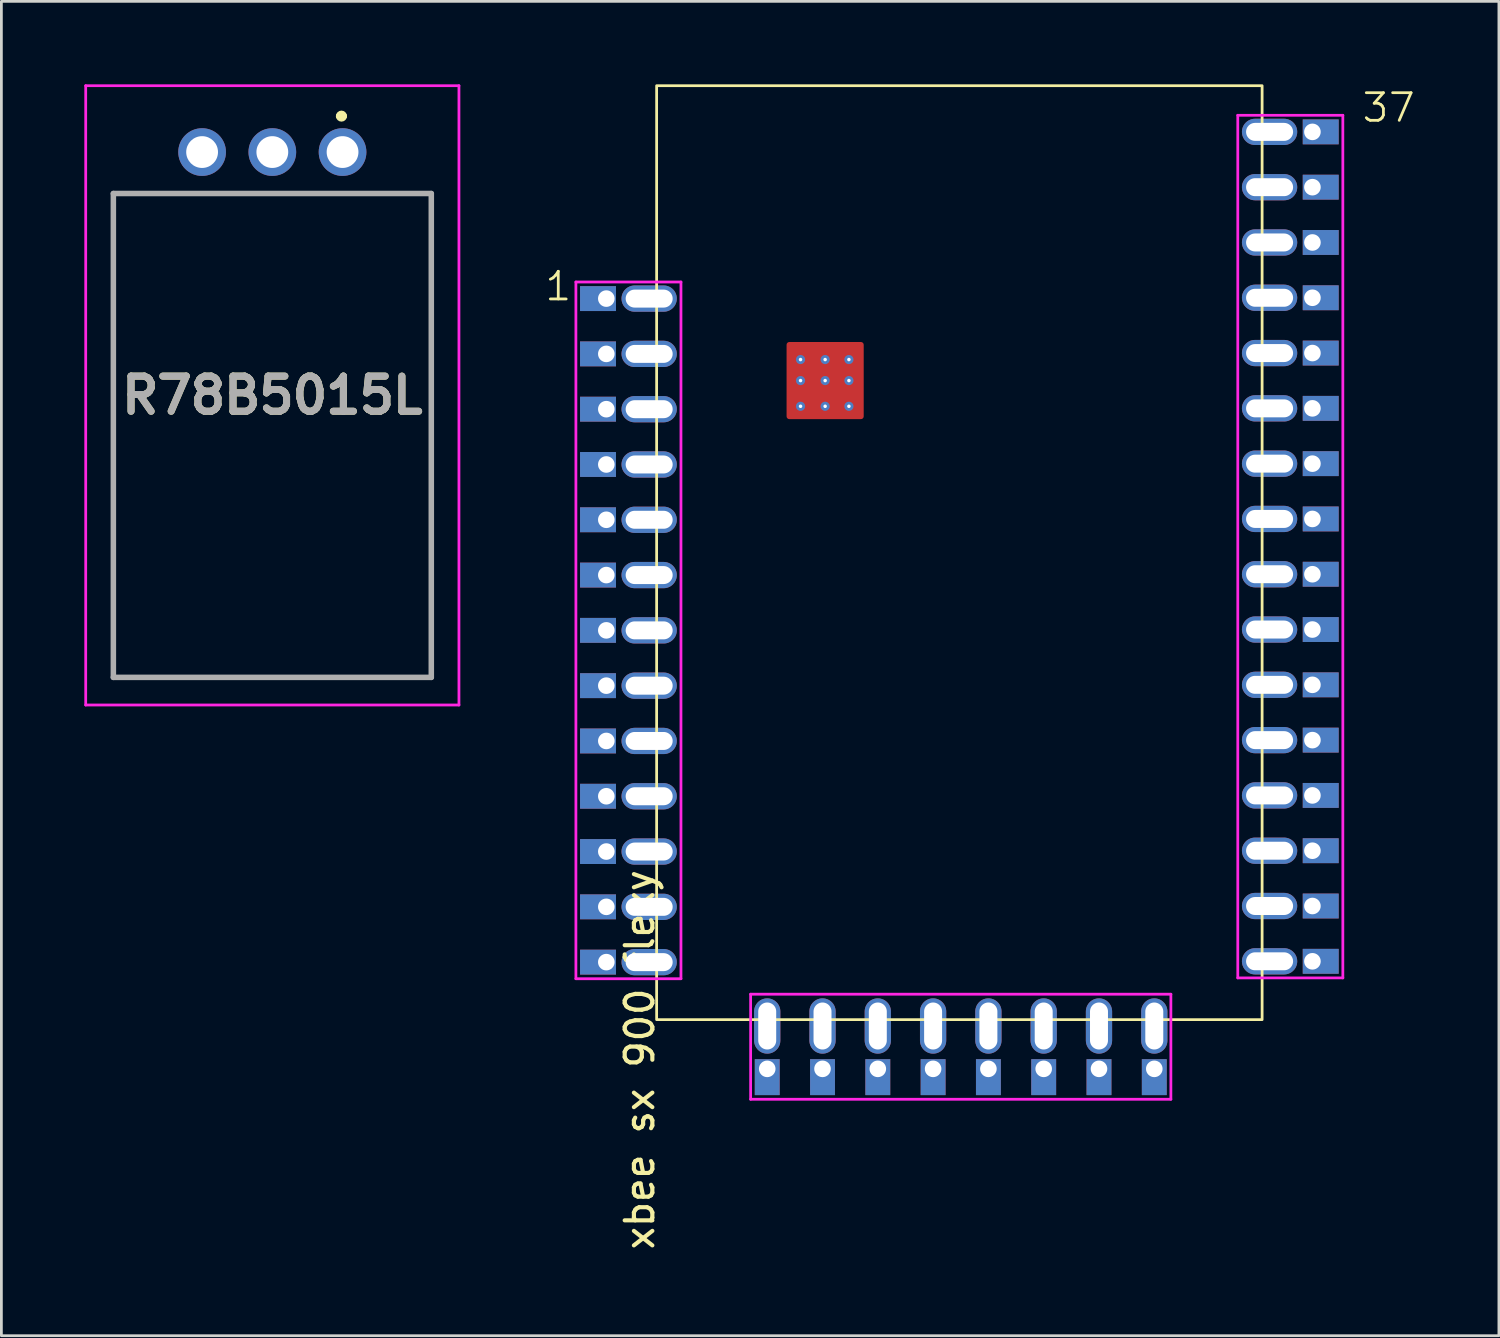
<source format=kicad_pcb>
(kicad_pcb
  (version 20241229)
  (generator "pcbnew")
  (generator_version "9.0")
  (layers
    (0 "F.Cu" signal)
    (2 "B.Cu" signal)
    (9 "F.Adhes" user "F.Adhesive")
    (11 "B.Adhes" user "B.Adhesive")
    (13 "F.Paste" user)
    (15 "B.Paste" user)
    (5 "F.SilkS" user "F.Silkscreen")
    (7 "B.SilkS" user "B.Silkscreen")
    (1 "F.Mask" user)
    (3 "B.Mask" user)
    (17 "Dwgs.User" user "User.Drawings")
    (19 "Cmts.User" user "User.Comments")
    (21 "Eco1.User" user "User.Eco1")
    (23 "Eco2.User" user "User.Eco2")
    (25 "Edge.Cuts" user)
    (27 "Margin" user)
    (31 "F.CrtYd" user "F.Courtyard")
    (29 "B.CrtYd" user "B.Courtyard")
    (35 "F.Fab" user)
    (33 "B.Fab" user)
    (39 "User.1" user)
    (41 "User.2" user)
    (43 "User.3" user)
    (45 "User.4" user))
  (footprint "R78B5015L"
    (layer "F.Cu")
    (at 6.8 11.25)
    (property "Reference" "R78B5015L" (at 0 0 0) (layer "F.SilkS") (effects (font (size 1.27 1.27) (thickness 0.254))))
    (attr through_hole)
    (fp_line (start -5.75 -7.3) (end 5.75 -7.3) (stroke (width 0.1) (type solid)) (layer "F.SilkS"))
    (fp_line (start -5.75 10.2) (end -5.75 -7.3) (stroke (width 0.1) (type solid)) (layer "F.SilkS"))
    (fp_line (start 2.4 -10.1) (end 2.4 -10.1) (stroke (width 0.2) (type solid)) (layer "F.SilkS"))
    (fp_line (start 2.6 -10.1) (end 2.6 -10.1) (stroke (width 0.2) (type solid)) (layer "F.SilkS"))
    (fp_line (start 5.75 -7.3) (end 5.75 10.2) (stroke (width 0.1) (type solid)) (layer "F.SilkS"))
    (fp_line (start 5.75 10.2) (end -5.75 10.2) (stroke (width 0.1) (type solid)) (layer "F.SilkS"))
    (fp_arc (start 2.4 -10.1) (mid 2.5 -10.2) (end 2.6 -10.1) (stroke (width 0.2) (type solid)) (layer "F.SilkS"))
    (fp_arc (start 2.6 -10.1) (mid 2.5 -10) (end 2.4 -10.1) (stroke (width 0.2) (type solid)) (layer "F.SilkS"))
    (fp_line (start -6.75 -11.2) (end 6.75 -11.2) (stroke (width 0.1) (type solid)) (layer "F.CrtYd"))
    (fp_line (start -6.75 11.2) (end -6.75 -11.2) (stroke (width 0.1) (type solid)) (layer "F.CrtYd"))
    (fp_line (start 6.75 -11.2) (end 6.75 11.2) (stroke (width 0.1) (type solid)) (layer "F.CrtYd"))
    (fp_line (start 6.75 11.2) (end -6.75 11.2) (stroke (width 0.1) (type solid)) (layer "F.CrtYd"))
    (fp_line (start -5.75 -7.3) (end 5.75 -7.3) (stroke (width 0.2) (type solid)) (layer "F.Fab"))
    (fp_line (start -5.75 10.2) (end -5.75 -7.3) (stroke (width 0.2) (type solid)) (layer "F.Fab"))
    (fp_line (start 5.75 -7.3) (end 5.75 10.2) (stroke (width 0.2) (type solid)) (layer "F.Fab"))
    (fp_line (start 5.75 10.2) (end -5.75 10.2) (stroke (width 0.2) (type solid)) (layer "F.Fab"))
    (fp_text user "${REFERENCE}" (at 0 0 0) (layer "F.Fab") (effects (font (size 1.27 1.27) (thickness 0.254))))
    (pad "1" thru_hole circle (at 2.54 -8.8) (size 1.725 1.725) (drill 1.15) (layers "*.Cu" "*.Mask"))
    (pad "2" thru_hole circle (at 0 -8.8) (size 1.725 1.725) (drill 1.15) (layers "*.Cu" "*.Mask"))
    (pad "3" thru_hole circle (at -2.54 -8.8) (size 1.725 1.725) (drill 1.15) (layers "*.Cu" "*.Mask")))
  (footprint "xbee sx 900 flexy"
    (layer "F.Cu")
    (at 20.7 33.83)
    (property "Reference" "xbee sx 900 flexy" (at -0.61 1.45 90) (layer "F.SilkS") (effects (font (size 1 1) (thickness 0.15))))
    (attr through_hole)
    (fp_rect (start 0 0) (end 21.9 -33.78) (stroke (width 0.1) (type default)) (fill no) (layer "F.SilkS"))
    (fp_line (start -2.92 -26.68) (end 0.88 -26.68) (stroke (width 0.1) (type solid)) (layer "F.CrtYd"))
    (fp_line (start -2.92 -1.48) (end -2.92 -26.68) (stroke (width 0.1) (type solid)) (layer "F.CrtYd"))
    (fp_line (start 0.88 -26.68) (end 0.88 -1.48) (stroke (width 0.1) (type solid)) (layer "F.CrtYd"))
    (fp_line (start 0.88 -1.48) (end -2.92 -1.48) (stroke (width 0.1) (type solid)) (layer "F.CrtYd"))
    (fp_line (start 3.4 -0.92) (end 18.6 -0.92) (stroke (width 0.1) (type solid)) (layer "F.CrtYd"))
    (fp_line (start 3.4 2.88) (end 3.4 -0.92) (stroke (width 0.1) (type solid)) (layer "F.CrtYd"))
    (fp_line (start 18.6 -0.92) (end 18.6 2.88) (stroke (width 0.1) (type solid)) (layer "F.CrtYd"))
    (fp_line (start 18.6 2.88) (end 3.4 2.88) (stroke (width 0.1) (type solid)) (layer "F.CrtYd"))
    (fp_line (start 21.02 -32.71) (end 21.02 -1.51) (stroke (width 0.1) (type solid)) (layer "F.CrtYd"))
    (fp_line (start 21.02 -1.51) (end 24.82 -1.51) (stroke (width 0.1) (type solid)) (layer "F.CrtYd"))
    (fp_line (start 24.82 -32.71) (end 21.02 -32.71) (stroke (width 0.1) (type solid)) (layer "F.CrtYd"))
    (fp_line (start 24.82 -1.51) (end 24.82 -32.71) (stroke (width 0.1) (type solid)) (layer "F.CrtYd"))
    (fp_text user "1" (at -4.1 -25.94 0) (unlocked yes) (layer "F.SilkS") (effects (font (size 1 1) (thickness 0.1)) (justify left bottom)))
    (fp_text user "37" (at 25.46 -32.4 0) (unlocked yes) (layer "F.SilkS") (effects (font (size 1 1) (thickness 0.1)) (justify left bottom)))
    (pad "" thru_hole oval (at -0.27 -26.08) (size 2 0.95) (drill oval 1.7 0.65) (layers "*.Cu" "*.Mask"))
    (pad "" thru_hole oval (at -0.27 -24.08) (size 2 0.95) (drill oval 1.7 0.65) (layers "*.Cu" "*.Mask"))
    (pad "" thru_hole oval (at -0.27 -22.08) (size 2 0.95) (drill oval 1.7 0.65) (layers "*.Cu" "*.Mask"))
    (pad "" thru_hole oval (at -0.27 -20.08) (size 2 0.95) (drill oval 1.7 0.65) (layers "*.Cu" "*.Mask"))
    (pad "" thru_hole oval (at -0.27 -18.08) (size 2 0.95) (drill oval 1.7 0.65) (layers "*.Cu" "*.Mask"))
    (pad "" thru_hole oval (at -0.27 -16.08) (size 2 0.95) (drill oval 1.7 0.65) (layers "*.Cu" "*.Mask"))
    (pad "" thru_hole oval (at -0.27 -14.08) (size 2 0.95) (drill oval 1.7 0.65) (layers "*.Cu" "*.Mask"))
    (pad "" thru_hole oval (at -0.27 -12.08) (size 2 0.95) (drill oval 1.7 0.65) (layers "*.Cu" "*.Mask"))
    (pad "" thru_hole oval (at -0.27 -10.08) (size 2 0.95) (drill oval 1.7 0.65) (layers "*.Cu" "*.Mask"))
    (pad "" thru_hole oval (at -0.27 -8.08) (size 2 0.95) (drill oval 1.7 0.65) (layers "*.Cu" "*.Mask"))
    (pad "" thru_hole oval (at -0.27 -6.08) (size 2 0.95) (drill oval 1.7 0.65) (layers "*.Cu" "*.Mask"))
    (pad "" thru_hole oval (at -0.27 -4.08) (size 2 0.95) (drill oval 1.7 0.65) (layers "*.Cu" "*.Mask"))
    (pad "" thru_hole oval (at -0.27 -2.08) (size 2 0.95) (drill oval 1.7 0.65) (layers "*.Cu" "*.Mask"))
    (pad "" thru_hole oval (at 4 0.23 90) (size 2 0.95) (drill oval 1.7 0.65) (layers "*.Cu" "*.Mask"))
    (pad "" thru_hole oval (at 6 0.23 90) (size 2 0.95) (drill oval 1.7 0.65) (layers "*.Cu" "*.Mask"))
    (pad "" thru_hole oval (at 8 0.23 90) (size 2 0.95) (drill oval 1.7 0.65) (layers "*.Cu" "*.Mask"))
    (pad "" thru_hole oval (at 10 0.23 90) (size 2 0.95) (drill oval 1.7 0.65) (layers "*.Cu" "*.Mask"))
    (pad "" thru_hole oval (at 12 0.23 90) (size 2 0.95) (drill oval 1.7 0.65) (layers "*.Cu" "*.Mask"))
    (pad "" thru_hole oval (at 14 0.23 90) (size 2 0.95) (drill oval 1.7 0.65) (layers "*.Cu" "*.Mask"))
    (pad "" thru_hole oval (at 16 0.23 90) (size 2 0.95) (drill oval 1.7 0.65) (layers "*.Cu" "*.Mask"))
    (pad "" thru_hole oval (at 18 0.23 90) (size 2 0.95) (drill oval 1.7 0.65) (layers "*.Cu" "*.Mask"))
    (pad "" thru_hole oval (at 22.17 -32.11) (size 2 0.95) (drill oval 1.7 0.65) (layers "*.Cu" "*.Mask"))
    (pad "" thru_hole oval (at 22.17 -30.11) (size 2 0.95) (drill oval 1.7 0.65) (layers "*.Cu" "*.Mask"))
    (pad "" thru_hole oval (at 22.17 -28.11) (size 2 0.95) (drill oval 1.7 0.65) (layers "*.Cu" "*.Mask"))
    (pad "" thru_hole oval (at 22.17 -26.11) (size 2 0.95) (drill oval 1.7 0.65) (layers "*.Cu" "*.Mask"))
    (pad "" thru_hole oval (at 22.17 -24.11) (size 2 0.95) (drill oval 1.7 0.65) (layers "*.Cu" "*.Mask"))
    (pad "" thru_hole oval (at 22.17 -22.11) (size 2 0.95) (drill oval 1.7 0.65) (layers "*.Cu" "*.Mask"))
    (pad "" thru_hole oval (at 22.17 -20.11) (size 2 0.95) (drill oval 1.7 0.65) (layers "*.Cu" "*.Mask"))
    (pad "" thru_hole oval (at 22.17 -18.11) (size 2 0.95) (drill oval 1.7 0.65) (layers "*.Cu" "*.Mask"))
    (pad "" thru_hole oval (at 22.17 -16.11) (size 2 0.95) (drill oval 1.7 0.65) (layers "*.Cu" "*.Mask"))
    (pad "" thru_hole oval (at 22.17 -14.11) (size 2 0.95) (drill oval 1.7 0.65) (layers "*.Cu" "*.Mask"))
    (pad "" thru_hole oval (at 22.17 -12.11) (size 2 0.95) (drill oval 1.7 0.65) (layers "*.Cu" "*.Mask"))
    (pad "" thru_hole oval (at 22.17 -10.11) (size 2 0.95) (drill oval 1.7 0.65) (layers "*.Cu" "*.Mask"))
    (pad "" thru_hole oval (at 22.17 -8.11) (size 2 0.95) (drill oval 1.7 0.65) (layers "*.Cu" "*.Mask"))
    (pad "" thru_hole oval (at 22.17 -6.11) (size 2 0.95) (drill oval 1.7 0.65) (layers "*.Cu" "*.Mask"))
    (pad "" thru_hole oval (at 22.17 -4.11) (size 2 0.95) (drill oval 1.7 0.65) (layers "*.Cu" "*.Mask"))
    (pad "" thru_hole oval (at 22.17 -2.11) (size 2 0.95) (drill oval 1.7 0.65) (layers "*.Cu" "*.Mask"))
    (pad "1" thru_hole rect (at -1.82 -26.08) (size 1.3 0.9) (drill 0.6 (offset -0.3 0)) (layers "*.Cu" "*.Mask"))
    (pad "2" thru_hole rect (at -1.82 -24.08) (size 1.3 0.9) (drill 0.6 (offset -0.3 0)) (layers "*.Cu" "*.Mask"))
    (pad "3" thru_hole rect (at -1.82 -22.08) (size 1.3 0.9) (drill 0.6 (offset -0.3 0)) (layers "*.Cu" "*.Mask"))
    (pad "4" thru_hole rect (at -1.82 -20.08) (size 1.3 0.9) (drill 0.6 (offset -0.3 0)) (layers "*.Cu" "*.Mask"))
    (pad "5" thru_hole rect (at -1.82 -18.08) (size 1.3 0.9) (drill 0.6 (offset -0.3 0)) (layers "*.Cu" "*.Mask"))
    (pad "6" thru_hole rect (at -1.82 -16.08) (size 1.3 0.9) (drill 0.6 (offset -0.3 0)) (layers "*.Cu" "*.Mask"))
    (pad "7" thru_hole rect (at -1.82 -14.08) (size 1.3 0.9) (drill 0.6 (offset -0.3 0)) (layers "*.Cu" "*.Mask"))
    (pad "8" thru_hole rect (at -1.82 -12.08) (size 1.3 0.9) (drill 0.6 (offset -0.3 0)) (layers "*.Cu" "*.Mask"))
    (pad "9" thru_hole rect (at -1.82 -10.08) (size 1.3 0.9) (drill 0.6 (offset -0.3 0)) (layers "*.Cu" "*.Mask"))
    (pad "10" thru_hole rect (at -1.82 -8.08) (size 1.3 0.9) (drill 0.6 (offset -0.3 0)) (layers "*.Cu" "*.Mask"))
    (pad "11" thru_hole rect (at -1.82 -6.08) (size 1.3 0.9) (drill 0.6 (offset -0.3 0)) (layers "*.Cu" "*.Mask"))
    (pad "12" thru_hole rect (at -1.82 -4.08) (size 1.3 0.9) (drill 0.6 (offset -0.3 0)) (layers "*.Cu" "*.Mask"))
    (pad "13" thru_hole rect (at -1.82 -2.08) (size 1.3 0.9) (drill 0.6 (offset -0.3 0)) (layers "*.Cu" "*.Mask"))
    (pad "14" thru_hole rect (at 4 1.78 90) (size 1.3 0.9) (drill 0.6 (offset -0.3 0)) (layers "*.Cu" "*.Mask"))
    (pad "15" thru_hole rect (at 6 1.78 90) (size 1.3 0.9) (drill 0.6 (offset -0.3 0)) (layers "*.Cu" "*.Mask"))
    (pad "16" thru_hole rect (at 8 1.78 90) (size 1.3 0.9) (drill 0.6 (offset -0.3 0)) (layers "*.Cu" "*.Mask"))
    (pad "17" thru_hole rect (at 10 1.78 90) (size 1.3 0.9) (drill 0.6 (offset -0.3 0)) (layers "*.Cu" "*.Mask"))
    (pad "18" thru_hole rect (at 12 1.78 90) (size 1.3 0.9) (drill 0.6 (offset -0.3 0)) (layers "*.Cu" "*.Mask"))
    (pad "19" thru_hole rect (at 14 1.78 90) (size 1.3 0.9) (drill 0.6 (offset -0.3 0)) (layers "*.Cu" "*.Mask"))
    (pad "20" thru_hole rect (at 16 1.78 90) (size 1.3 0.9) (drill 0.6 (offset -0.3 0)) (layers "*.Cu" "*.Mask"))
    (pad "21" thru_hole rect (at 18 1.78 90) (size 1.3 0.9) (drill 0.6 (offset -0.3 0)) (layers "*.Cu" "*.Mask"))
    (pad "22" thru_hole rect (at 23.72 -2.11) (size 1.3 0.9) (drill 0.6 (offset 0.3 0)) (layers "*.Cu" "*.Mask"))
    (pad "23" thru_hole rect (at 23.72 -4.11) (size 1.3 0.9) (drill 0.6 (offset 0.3 0)) (layers "*.Cu" "*.Mask"))
    (pad "24" thru_hole rect (at 23.72 -6.11) (size 1.3 0.9) (drill 0.6 (offset 0.3 0)) (layers "*.Cu" "*.Mask"))
    (pad "25" thru_hole rect (at 23.72 -8.11) (size 1.3 0.9) (drill 0.6 (offset 0.3 0)) (layers "*.Cu" "*.Mask"))
    (pad "26" thru_hole rect (at 23.72 -10.11) (size 1.3 0.9) (drill 0.6 (offset 0.3 0)) (layers "*.Cu" "*.Mask"))
    (pad "27" thru_hole rect (at 23.72 -12.11) (size 1.3 0.9) (drill 0.6 (offset 0.3 0)) (layers "*.Cu" "*.Mask"))
    (pad "28" thru_hole rect (at 23.72 -14.11) (size 1.3 0.9) (drill 0.6 (offset 0.3 0)) (layers "*.Cu" "*.Mask"))
    (pad "29" thru_hole rect (at 23.72 -16.11) (size 1.3 0.9) (drill 0.6 (offset 0.3 0)) (layers "*.Cu" "*.Mask"))
    (pad "30" thru_hole rect (at 23.72 -18.11) (size 1.3 0.9) (drill 0.6 (offset 0.3 0)) (layers "*.Cu" "*.Mask"))
    (pad "31" thru_hole rect (at 23.72 -20.11) (size 1.3 0.9) (drill 0.6 (offset 0.3 0)) (layers "*.Cu" "*.Mask"))
    (pad "32" thru_hole rect (at 23.72 -22.11) (size 1.3 0.9) (drill 0.6 (offset 0.3 0)) (layers "*.Cu" "*.Mask"))
    (pad "33" thru_hole rect (at 23.72 -24.11) (size 1.3 0.9) (drill 0.6 (offset 0.3 0)) (layers "*.Cu" "*.Mask"))
    (pad "34" thru_hole rect (at 23.72 -26.11) (size 1.3 0.9) (drill 0.6 (offset 0.3 0)) (layers "*.Cu" "*.Mask"))
    (pad "35" thru_hole rect (at 23.72 -28.11) (size 1.3 0.9) (drill 0.6 (offset 0.3 0)) (layers "*.Cu" "*.Mask"))
    (pad "36" thru_hole rect (at 23.72 -30.11) (size 1.3 0.9) (drill 0.6 (offset 0.3 0)) (layers "*.Cu" "*.Mask"))
    (pad "37" thru_hole rect (at 23.72 -32.11) (size 1.3 0.9) (drill 0.6 (offset 0.3 0)) (layers "*.Cu" "*.Mask"))
    (pad "38" thru_hole circle (at 5.205 -23.875) (size 0.33 0.33) (drill 0.127) (layers "*.Cu"))
    (pad "38" thru_hole circle (at 5.205 -23.115) (size 0.33 0.33) (drill 0.127) (layers "*.Cu"))
    (pad "38" thru_hole circle (at 5.205 -22.185) (size 0.33 0.33) (drill 0.127) (layers "*.Cu"))
    (pad "38" thru_hole circle (at 6.095 -23.875) (size 0.33 0.33) (drill 0.127) (layers "*.Cu"))
    (pad "38" thru_hole circle (at 6.095 -23.115) (size 0.33 0.33) (drill 0.127) (layers "*.Cu"))
    (pad "38" smd roundrect (at 6.095 -23.115) (size 2.79 2.79) (layers "F.Cu" "F.Mask" "F.Paste") (roundrect_rratio 0.036))
    (pad "38" thru_hole circle (at 6.095 -22.185) (size 0.33 0.33) (drill 0.127) (layers "*.Cu"))
    (pad "38" thru_hole circle (at 6.955 -23.875) (size 0.33 0.33) (drill 0.127) (layers "*.Cu"))
    (pad "38" thru_hole circle (at 6.955 -23.115) (size 0.33 0.33) (drill 0.127) (layers "*.Cu"))
    (pad "38" thru_hole circle (at 6.955 -22.185) (size 0.33 0.33) (drill 0.127) (layers "*.Cu"))
    (zone (net_name "") (layers "F.Cu" "B.Cu") (hatch edge 0.5) (connect_pads) (min_thickness 0.25) (filled_areas_thickness no) (keepout (tracks not_allowed) (vias not_allowed) (pads not_allowed) (copperpour not_allowed) (footprints allowed)) (placement (enabled no)) (fill) (polygon (pts (xy 34.68 6.52) (xy 41 6.52) (xy 41 10.2) (xy 34.68 10.2)))))
  (gr_rect
    (start -3 -3)
    (end 51.165 45.262)
    (stroke (width 0.1) (type default))
    (fill no)
    (layer "Edge.Cuts")))
</source>
